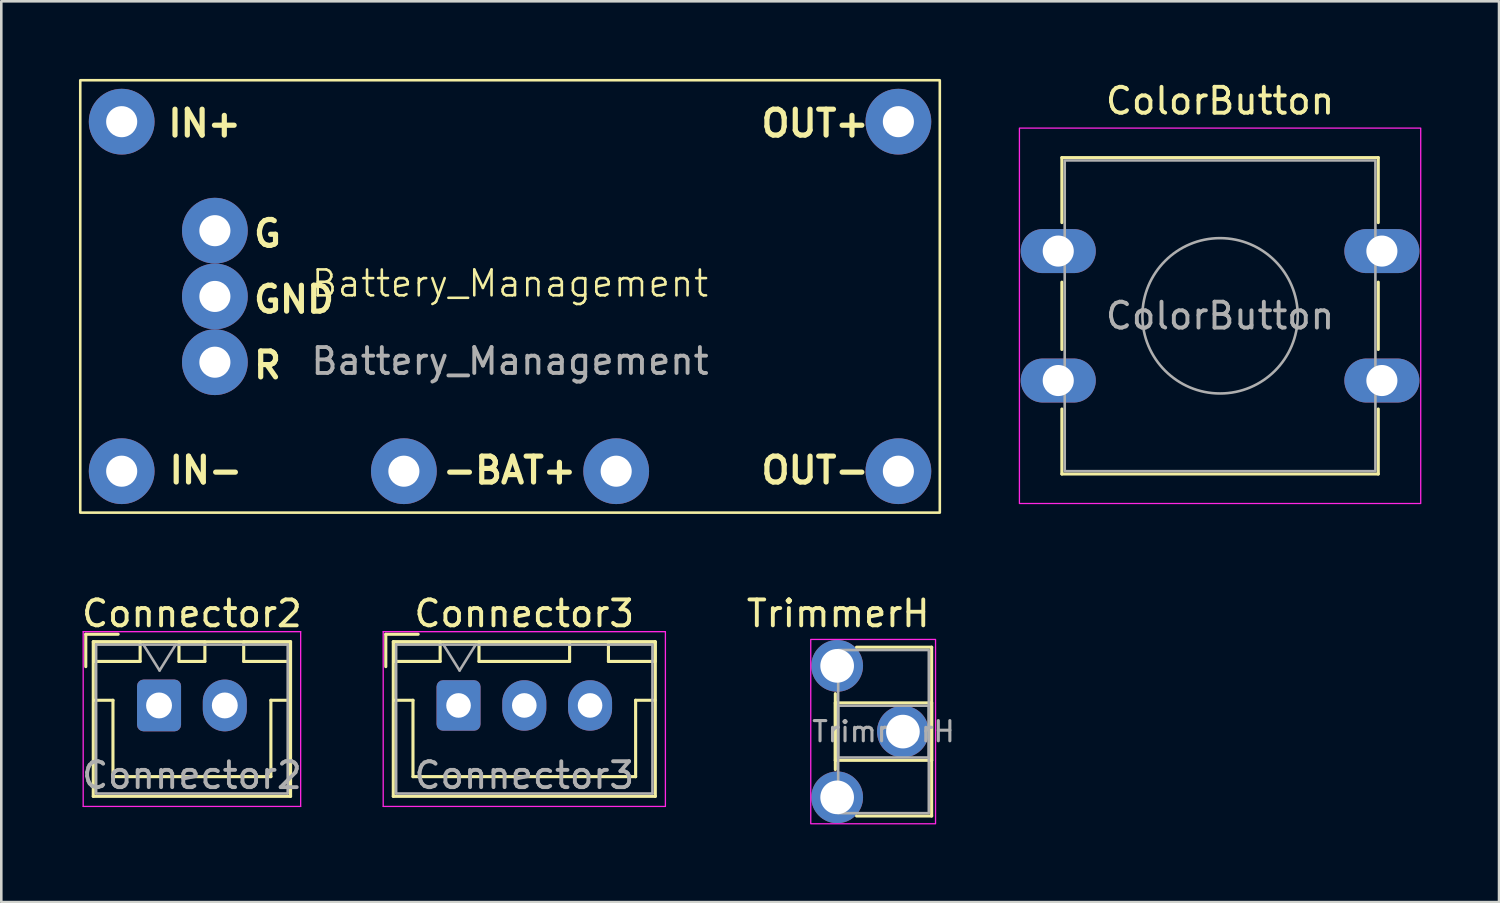
<source format=kicad_pcb>
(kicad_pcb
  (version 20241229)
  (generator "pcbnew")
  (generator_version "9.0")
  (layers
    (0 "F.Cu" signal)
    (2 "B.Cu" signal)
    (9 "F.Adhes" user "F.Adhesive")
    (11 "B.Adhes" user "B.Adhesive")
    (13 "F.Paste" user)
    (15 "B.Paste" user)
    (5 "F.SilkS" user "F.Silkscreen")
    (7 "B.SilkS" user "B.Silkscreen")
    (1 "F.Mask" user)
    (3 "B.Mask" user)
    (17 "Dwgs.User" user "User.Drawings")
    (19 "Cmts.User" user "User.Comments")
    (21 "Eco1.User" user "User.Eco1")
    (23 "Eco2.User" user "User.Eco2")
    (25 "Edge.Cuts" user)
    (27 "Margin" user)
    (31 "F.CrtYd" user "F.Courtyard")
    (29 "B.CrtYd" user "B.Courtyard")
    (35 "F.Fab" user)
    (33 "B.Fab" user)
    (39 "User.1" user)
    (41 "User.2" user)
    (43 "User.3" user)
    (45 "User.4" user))
  (footprint "Battery_Management"
    (layer "F.Cu")
    (at 16.65 8.4)
    (property "Reference" "Battery_Management" (at 0 -0.5 0) (unlocked yes) (layer "F.SilkS") (effects (font (size 1 1) (thickness 0.1))))
    (attr through_hole)
    (fp_rect (start -16.6 -8.35) (end 16.6 8.35) (stroke (width 0.1) (type solid)) (fill no) (layer "F.SilkS"))
    (fp_text user "G" (at -10 -1.84 0) (unlocked yes) (layer "F.SilkS") (effects (font (size 1 1) (thickness 0.2) (bold yes)) (justify left bottom)))
    (fp_text user "OUT-" (at 9.6 7.3 0) (unlocked yes) (layer "F.SilkS") (effects (font (size 1 1) (thickness 0.2) (bold yes)) (justify left bottom)))
    (fp_text user "IN-" (at -13.264 7.3 0) (unlocked yes) (layer "F.SilkS") (effects (font (size 1 1) (thickness 0.2) (bold yes)) (justify left bottom)))
    (fp_text user "GND" (at -10 0.7 0) (unlocked yes) (layer "F.SilkS") (effects (font (size 1 1) (thickness 0.2) (bold yes)) (justify left bottom)))
    (fp_text user "-BAT+" (at -2.7 7.3 0) (unlocked yes) (layer "F.SilkS") (effects (font (size 1 1) (thickness 0.2) (bold yes)) (justify left bottom)))
    (fp_text user "IN+" (at -13.311 -6.1 0) (unlocked yes) (layer "F.SilkS") (effects (font (size 1 1) (thickness 0.2) (bold yes)) (justify left bottom)))
    (fp_text user "R" (at -10 3.24 0) (unlocked yes) (layer "F.SilkS") (effects (font (size 1 1) (thickness 0.2) (bold yes)) (justify left bottom)))
    (fp_text user "OUT+" (at 9.6 -6.1 0) (unlocked yes) (layer "F.SilkS") (effects (font (size 1 1) (thickness 0.2) (bold yes)) (justify left bottom)))
    (fp_text user "${REFERENCE}" (at 0 2.5 0) (unlocked yes) (layer "F.Fab") (effects (font (size 1 1) (thickness 0.15))))
    (pad "1" thru_hole circle (at -15 -6.75) (size 2.54 2.54) (drill 1.2) (layers "*.Cu" "*.Mask"))
    (pad "2" thru_hole circle (at -15 6.75) (size 2.54 2.54) (drill 1.2) (layers "*.Cu" "*.Mask"))
    (pad "3" thru_hole circle (at -4.1 6.75) (size 2.54 2.54) (drill 1.2) (layers "*.Cu" "*.Mask"))
    (pad "4" thru_hole circle (at 4.1 6.75) (size 2.54 2.54) (drill 1.2) (layers "*.Cu" "*.Mask"))
    (pad "5" thru_hole circle (at 15 6.75) (size 2.54 2.54) (drill 1.2) (layers "*.Cu" "*.Mask"))
    (pad "6" thru_hole circle (at 15 -6.75) (size 2.54 2.54) (drill 1.2) (layers "*.Cu" "*.Mask"))
    (pad "7" thru_hole circle (at -11.4 0) (size 2.54 2.54) (drill 1.2) (layers "*.Cu" "*.Mask"))
    (pad "8" thru_hole circle (at -11.4 -2.54) (size 2.54 2.54) (drill 1.2) (layers "*.Cu" "*.Mask"))
    (pad "9" thru_hole circle (at -11.4 2.54) (size 2.54 2.54) (drill 1.2) (layers "*.Cu" "*.Mask")))
  (footprint "ColorButton"
    (layer "F.Cu")
    (at 44.075 9.148)
    (property "Reference" "ColorButton" (at 0 -8.3 0) (layer "F.SilkS") (effects (font (size 1 1) (thickness 0.15))))
    (attr through_hole)
    (fp_line (start -6.11 -6.11) (end -6.11 -3.6) (stroke (width 0.12) (type default)) (layer "F.SilkS"))
    (fp_line (start -6.11 -6.11) (end 6.11 -6.11) (stroke (width 0.12) (type default)) (layer "F.SilkS"))
    (fp_line (start -6.11 -1.3) (end -6.11 1.3) (stroke (width 0.12) (type default)) (layer "F.SilkS"))
    (fp_line (start -6.11 3.6) (end -6.11 6.11) (stroke (width 0.12) (type default)) (layer "F.SilkS"))
    (fp_line (start 6.11 -6.11) (end 6.11 -3.6) (stroke (width 0.12) (type default)) (layer "F.SilkS"))
    (fp_line (start 6.11 -1.3) (end 6.11 1.3) (stroke (width 0.12) (type default)) (layer "F.SilkS"))
    (fp_line (start 6.11 3.6) (end 6.11 6.11) (stroke (width 0.12) (type default)) (layer "F.SilkS"))
    (fp_line (start 6.11 6.11) (end -6.11 6.11) (stroke (width 0.12) (type default)) (layer "F.SilkS"))
    (fp_rect (start -7.75 -7.25) (end 7.75 7.25) (stroke (width 0.05) (type default)) (fill no) (layer "F.CrtYd"))
    (fp_rect (start -6 -6) (end 6 6) (stroke (width 0.1) (type default)) (fill no) (layer "F.Fab"))
    (fp_circle (center 0 0) (end 3 0) (stroke (width 0.1) (type default)) (fill no) (layer "F.Fab"))
    (fp_text user "${REFERENCE}" (at 0 0 0) (layer "F.Fab") (effects (font (size 1 1) (thickness 0.15))))
    (pad "1" thru_hole oval (at -6.25 -2.5) (size 2.9 1.7) (drill 1.2) (layers "*.Cu" "*.Mask"))
    (pad "2" thru_hole oval (at 6.25 -2.5) (size 2.9 1.7) (drill 1.2) (layers "*.Cu" "*.Mask"))
    (pad "3" thru_hole oval (at -6.25 2.5) (size 2.9 1.7) (drill 1.2) (layers "*.Cu" "*.Mask"))
    (pad "4" thru_hole oval (at 6.25 2.5) (size 2.9 1.7) (drill 1.2) (layers "*.Cu" "*.Mask")))
  (footprint "TrimmerH"
    (layer "F.Cu")
    (at 31.625 25.208)
    (property "Reference" "TrimmerH" (at -2.3 -4.56 180) (layer "F.SilkS") (effects (font (size 1 1) (thickness 0.15))))
    (attr through_hole)
    (fp_line (start -2.41 -1.11) (end 1.31 -1.11) (stroke (width 0.12) (type solid)) (layer "F.SilkS"))
    (fp_line (start -2.41 1.11) (end -2.41 -1.11) (stroke (width 0.12) (type solid)) (layer "F.SilkS"))
    (fp_line (start -2.41 1.466) (end -2.41 -1.466) (stroke (width 0.12) (type solid)) (layer "F.SilkS"))
    (fp_line (start -1.59 -3.26) (end 1.31 -3.26) (stroke (width 0.12) (type solid)) (layer "F.SilkS"))
    (fp_line (start 1.31 -3.26) (end 1.31 3.26) (stroke (width 0.12) (type solid)) (layer "F.SilkS"))
    (fp_line (start 1.31 -1.11) (end 1.31 1.11) (stroke (width 0.12) (type solid)) (layer "F.SilkS"))
    (fp_line (start 1.31 1.11) (end -2.41 1.11) (stroke (width 0.12) (type solid)) (layer "F.SilkS"))
    (fp_line (start 1.31 3.26) (end -1.59 3.26) (stroke (width 0.12) (type solid)) (layer "F.SilkS"))
    (fp_poly (pts (xy -3.36 -3.56) (xy 1.46 -3.56) (xy 1.46 3.56) (xy -3.36 3.56)) (stroke (width 0.05) (type solid)) (fill no) (layer "F.CrtYd"))
    (fp_poly (pts (xy -2.3 -3.15) (xy 1.2 -3.15) (xy 1.2 3.15) (xy -2.3 3.15)) (stroke (width 0.1) (type solid)) (fill no) (layer "F.Fab"))
    (fp_poly (pts (xy -2.3 -1) (xy 1.2 -1) (xy 1.2 1) (xy -2.3 1)) (stroke (width 0.1) (type solid)) (fill no) (layer "F.Fab"))
    (fp_text user "${REFERENCE}" (at -0.55 0 180) (layer "F.Fab") (effects (font (size 0.78 0.78) (thickness 0.12))))
    (pad "1" thru_hole circle (at -2.34 -2.54) (size 2 2) (drill 1.3) (layers "*.Cu" "*.Mask"))
    (pad "2" thru_hole circle (at 0.2 0) (size 2 2) (drill 1.3) (layers "*.Cu" "*.Mask"))
    (pad "3" thru_hole circle (at -2.34 2.54) (size 2 2) (drill 1.3) (layers "*.Cu" "*.Mask")))
  (footprint "Connector2"
    (layer "F.Cu")
    (at 4.363 24.198)
    (property "Reference" "Connector2" (at 0 -3.55 0) (layer "F.SilkS") (effects (font (size 1 1) (thickness 0.15))))
    (attr through_hole)
    (fp_line (start -4.1 -2.75) (end -4.1 -1.5) (stroke (width 0.12) (type solid)) (layer "F.SilkS"))
    (fp_line (start -3.81 -2.46) (end -3.81 3.51) (stroke (width 0.12) (type solid)) (layer "F.SilkS"))
    (fp_line (start -3.81 3.51) (end 3.81 3.51) (stroke (width 0.12) (type solid)) (layer "F.SilkS"))
    (fp_line (start -3.8 -2.45) (end -3.8 -1.7) (stroke (width 0.12) (type solid)) (layer "F.SilkS"))
    (fp_line (start -3.8 -1.7) (end -2 -1.7) (stroke (width 0.12) (type solid)) (layer "F.SilkS"))
    (fp_line (start -3.8 -0.2) (end -3.05 -0.2) (stroke (width 0.12) (type solid)) (layer "F.SilkS"))
    (fp_line (start -3.05 -0.2) (end -3.05 2.75) (stroke (width 0.12) (type solid)) (layer "F.SilkS"))
    (fp_line (start -3.05 2.75) (end 0 2.75) (stroke (width 0.12) (type solid)) (layer "F.SilkS"))
    (fp_line (start -2.85 -2.75) (end -4.1 -2.75) (stroke (width 0.12) (type solid)) (layer "F.SilkS"))
    (fp_line (start -2 -2.45) (end -3.8 -2.45) (stroke (width 0.12) (type solid)) (layer "F.SilkS"))
    (fp_line (start -2 -1.7) (end -2 -2.45) (stroke (width 0.12) (type solid)) (layer "F.SilkS"))
    (fp_line (start -0.5 -2.45) (end -0.5 -1.7) (stroke (width 0.12) (type solid)) (layer "F.SilkS"))
    (fp_line (start -0.5 -1.7) (end 0.5 -1.7) (stroke (width 0.12) (type solid)) (layer "F.SilkS"))
    (fp_line (start 0.5 -2.45) (end -0.5 -2.45) (stroke (width 0.12) (type solid)) (layer "F.SilkS"))
    (fp_line (start 0.5 -1.7) (end 0.5 -2.45) (stroke (width 0.12) (type solid)) (layer "F.SilkS"))
    (fp_line (start 2 -2.45) (end 2 -1.7) (stroke (width 0.12) (type solid)) (layer "F.SilkS"))
    (fp_line (start 2 -1.7) (end 3.8 -1.7) (stroke (width 0.12) (type solid)) (layer "F.SilkS"))
    (fp_line (start 3.05 -0.2) (end 3.05 2.75) (stroke (width 0.12) (type solid)) (layer "F.SilkS"))
    (fp_line (start 3.05 2.75) (end 0 2.75) (stroke (width 0.12) (type solid)) (layer "F.SilkS"))
    (fp_line (start 3.8 -2.45) (end 2 -2.45) (stroke (width 0.12) (type solid)) (layer "F.SilkS"))
    (fp_line (start 3.8 -1.7) (end 3.8 -2.45) (stroke (width 0.12) (type solid)) (layer "F.SilkS"))
    (fp_line (start 3.8 -0.2) (end 3.05 -0.2) (stroke (width 0.12) (type solid)) (layer "F.SilkS"))
    (fp_line (start 3.81 -2.46) (end -3.81 -2.46) (stroke (width 0.12) (type solid)) (layer "F.SilkS"))
    (fp_line (start 3.81 3.51) (end 3.81 -2.46) (stroke (width 0.12) (type solid)) (layer "F.SilkS"))
    (fp_line (start -4.2 -2.85) (end -4.2 3.9) (stroke (width 0.05) (type solid)) (layer "F.CrtYd"))
    (fp_line (start -4.2 3.9) (end 4.2 3.9) (stroke (width 0.05) (type solid)) (layer "F.CrtYd"))
    (fp_line (start 4.2 -2.85) (end -4.2 -2.85) (stroke (width 0.05) (type solid)) (layer "F.CrtYd"))
    (fp_line (start 4.2 3.9) (end 4.2 -2.85) (stroke (width 0.05) (type solid)) (layer "F.CrtYd"))
    (fp_line (start -3.7 -2.35) (end -3.7 3.4) (stroke (width 0.1) (type solid)) (layer "F.Fab"))
    (fp_line (start -3.7 3.4) (end 3.7 3.4) (stroke (width 0.1) (type solid)) (layer "F.Fab"))
    (fp_line (start -1.875 -2.35) (end -1.25 -1.35) (stroke (width 0.1) (type solid)) (layer "F.Fab"))
    (fp_line (start -1.25 -1.35) (end -0.625 -2.35) (stroke (width 0.1) (type solid)) (layer "F.Fab"))
    (fp_line (start 3.7 -2.35) (end -3.7 -2.35) (stroke (width 0.1) (type solid)) (layer "F.Fab"))
    (fp_line (start 3.7 3.4) (end 3.7 -2.35) (stroke (width 0.1) (type solid)) (layer "F.Fab"))
    (fp_text user "${REFERENCE}" (at 0 2.7 0) (layer "F.Fab") (effects (font (size 1 1) (thickness 0.15))))
    (pad "1" thru_hole roundrect (at -1.27 0) (size 1.7 2) (drill 1) (layers "*.Cu" "*.Mask") (roundrect_rratio 0.147))
    (pad "2" thru_hole oval (at 1.27 0) (size 1.7 2) (drill 1) (layers "*.Cu" "*.Mask")))
  (footprint "Connector3"
    (layer "F.Cu")
    (at 17.201 24.198)
    (property "Reference" "Connector3" (at 0 -3.55 0) (layer "F.SilkS") (effects (font (size 1 1) (thickness 0.15))))
    (attr through_hole)
    (fp_line (start -5.35 -2.75) (end -5.35 -1.5) (stroke (width 0.12) (type solid)) (layer "F.SilkS"))
    (fp_line (start -5.06 -2.46) (end -5.06 3.51) (stroke (width 0.12) (type solid)) (layer "F.SilkS"))
    (fp_line (start -5.06 3.51) (end 5.06 3.51) (stroke (width 0.12) (type solid)) (layer "F.SilkS"))
    (fp_line (start -5.05 -2.45) (end -5.05 -1.7) (stroke (width 0.12) (type solid)) (layer "F.SilkS"))
    (fp_line (start -5.05 -1.7) (end -3.25 -1.7) (stroke (width 0.12) (type solid)) (layer "F.SilkS"))
    (fp_line (start -5.05 -0.2) (end -4.3 -0.2) (stroke (width 0.12) (type solid)) (layer "F.SilkS"))
    (fp_line (start -4.3 -0.2) (end -4.3 2.75) (stroke (width 0.12) (type solid)) (layer "F.SilkS"))
    (fp_line (start -4.3 2.75) (end 0 2.75) (stroke (width 0.12) (type solid)) (layer "F.SilkS"))
    (fp_line (start -4.1 -2.75) (end -5.35 -2.75) (stroke (width 0.12) (type solid)) (layer "F.SilkS"))
    (fp_line (start -3.25 -2.45) (end -5.05 -2.45) (stroke (width 0.12) (type solid)) (layer "F.SilkS"))
    (fp_line (start -3.25 -1.7) (end -3.25 -2.45) (stroke (width 0.12) (type solid)) (layer "F.SilkS"))
    (fp_line (start -1.75 -2.45) (end -1.75 -1.7) (stroke (width 0.12) (type solid)) (layer "F.SilkS"))
    (fp_line (start -1.75 -1.7) (end 1.75 -1.7) (stroke (width 0.12) (type solid)) (layer "F.SilkS"))
    (fp_line (start 1.75 -2.45) (end -1.75 -2.45) (stroke (width 0.12) (type solid)) (layer "F.SilkS"))
    (fp_line (start 1.75 -1.7) (end 1.75 -2.45) (stroke (width 0.12) (type solid)) (layer "F.SilkS"))
    (fp_line (start 3.25 -2.45) (end 3.25 -1.7) (stroke (width 0.12) (type solid)) (layer "F.SilkS"))
    (fp_line (start 3.25 -1.7) (end 5.05 -1.7) (stroke (width 0.12) (type solid)) (layer "F.SilkS"))
    (fp_line (start 4.3 -0.2) (end 4.3 2.75) (stroke (width 0.12) (type solid)) (layer "F.SilkS"))
    (fp_line (start 4.3 2.75) (end 0 2.75) (stroke (width 0.12) (type solid)) (layer "F.SilkS"))
    (fp_line (start 5.05 -2.45) (end 3.25 -2.45) (stroke (width 0.12) (type solid)) (layer "F.SilkS"))
    (fp_line (start 5.05 -1.7) (end 5.05 -2.45) (stroke (width 0.12) (type solid)) (layer "F.SilkS"))
    (fp_line (start 5.05 -0.2) (end 4.3 -0.2) (stroke (width 0.12) (type solid)) (layer "F.SilkS"))
    (fp_line (start 5.06 -2.46) (end -5.06 -2.46) (stroke (width 0.12) (type solid)) (layer "F.SilkS"))
    (fp_line (start 5.06 3.51) (end 5.06 -2.46) (stroke (width 0.12) (type solid)) (layer "F.SilkS"))
    (fp_line (start -5.45 -2.85) (end -5.45 3.9) (stroke (width 0.05) (type solid)) (layer "F.CrtYd"))
    (fp_line (start -5.45 3.9) (end 5.45 3.9) (stroke (width 0.05) (type solid)) (layer "F.CrtYd"))
    (fp_line (start 5.45 -2.85) (end -5.45 -2.85) (stroke (width 0.05) (type solid)) (layer "F.CrtYd"))
    (fp_line (start 5.45 3.9) (end 5.45 -2.85) (stroke (width 0.05) (type solid)) (layer "F.CrtYd"))
    (fp_line (start -4.95 -2.35) (end -4.95 3.4) (stroke (width 0.1) (type solid)) (layer "F.Fab"))
    (fp_line (start -4.95 3.4) (end 4.95 3.4) (stroke (width 0.1) (type solid)) (layer "F.Fab"))
    (fp_line (start -3.125 -2.35) (end -2.5 -1.35) (stroke (width 0.1) (type solid)) (layer "F.Fab"))
    (fp_line (start -2.5 -1.35) (end -1.875 -2.35) (stroke (width 0.1) (type solid)) (layer "F.Fab"))
    (fp_line (start 4.95 -2.35) (end -4.95 -2.35) (stroke (width 0.1) (type solid)) (layer "F.Fab"))
    (fp_line (start 4.95 3.4) (end 4.95 -2.35) (stroke (width 0.1) (type solid)) (layer "F.Fab"))
    (fp_text user "${REFERENCE}" (at 0 2.7 0) (layer "F.Fab") (effects (font (size 1 1) (thickness 0.15))))
    (pad "1" thru_hole roundrect (at -2.54 0) (size 1.7 1.95) (drill 0.95) (layers "*.Cu" "*.Mask") (roundrect_rratio 0.147))
    (pad "2" thru_hole oval (at 0 0) (size 1.7 1.95) (drill 0.95) (layers "*.Cu" "*.Mask"))
    (pad "3" thru_hole oval (at 2.54 0) (size 1.7 1.95) (drill 0.95) (layers "*.Cu" "*.Mask")))
  (gr_rect
    (start -3 -3)
    (end 54.85 31.793)
    (stroke (width 0.1) (type default))
    (fill no)
    (layer "Edge.Cuts")))
</source>
